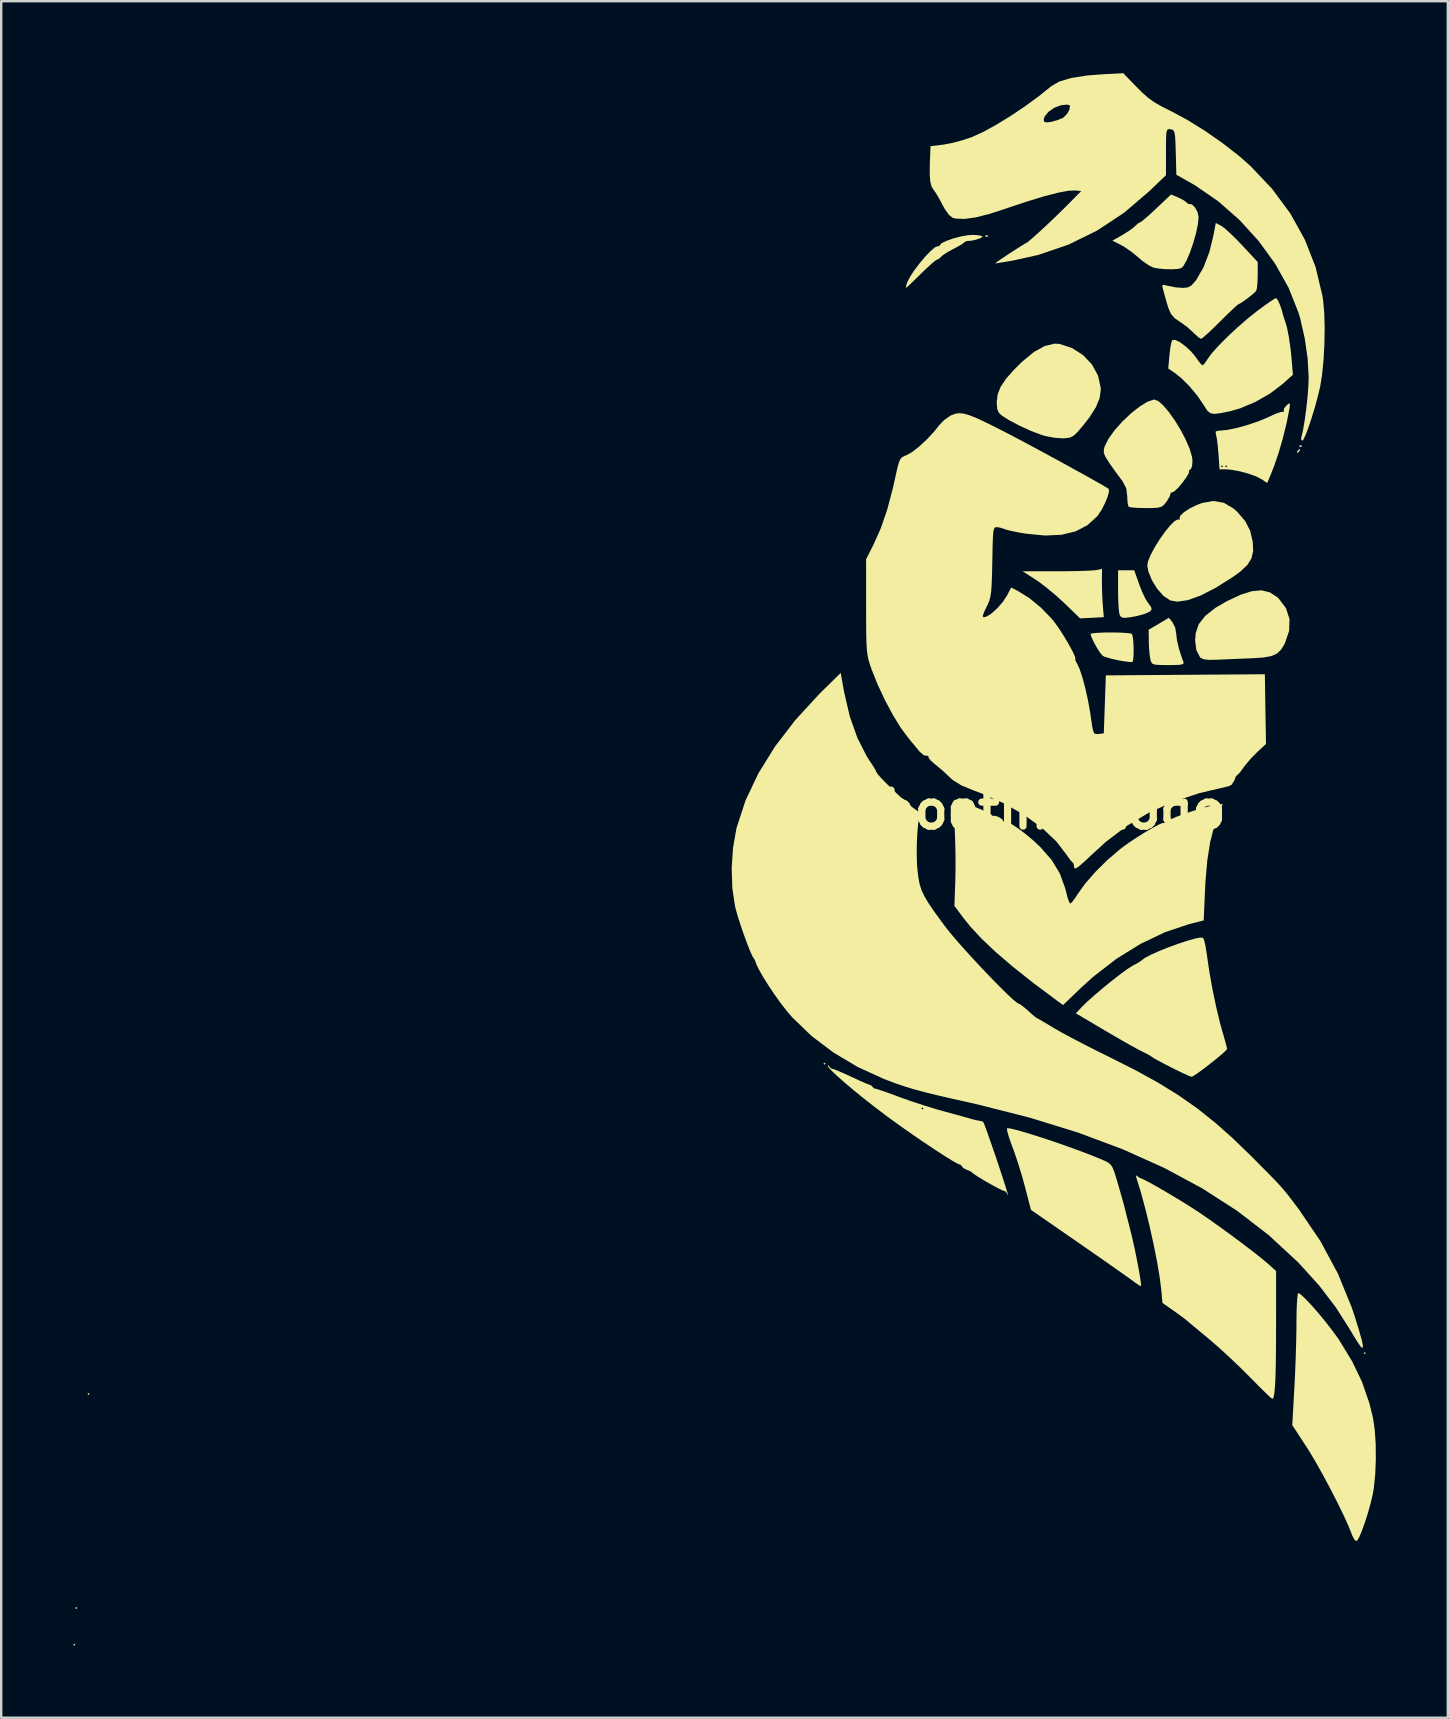
<source format=kicad_pcb>
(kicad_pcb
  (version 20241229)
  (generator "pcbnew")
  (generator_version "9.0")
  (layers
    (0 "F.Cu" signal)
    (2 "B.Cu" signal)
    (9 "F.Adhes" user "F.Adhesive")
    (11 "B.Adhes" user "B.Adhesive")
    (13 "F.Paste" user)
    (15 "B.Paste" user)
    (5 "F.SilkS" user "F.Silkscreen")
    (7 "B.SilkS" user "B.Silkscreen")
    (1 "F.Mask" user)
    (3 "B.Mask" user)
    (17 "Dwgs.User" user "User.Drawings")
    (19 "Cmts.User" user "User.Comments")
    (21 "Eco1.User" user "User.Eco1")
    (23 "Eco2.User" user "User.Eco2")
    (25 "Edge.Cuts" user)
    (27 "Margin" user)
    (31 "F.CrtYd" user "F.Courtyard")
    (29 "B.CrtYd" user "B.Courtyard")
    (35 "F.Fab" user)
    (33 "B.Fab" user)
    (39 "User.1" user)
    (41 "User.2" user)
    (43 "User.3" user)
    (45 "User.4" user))
  (footprint "boethia_logo"
    (layer "F.Cu")
    (at 40.861 30.693)
    (property "Reference" "boethia_logo" (at 0 0 0) (layer "F.SilkS") (effects (font (size 1.5 1.5) (thickness 0.3))))
    (attr board_only exclude_from_pos_files exclude_from_bom)
    (fp_poly (pts (xy -40.776 34.787) (xy -40.818 34.829) (xy -40.861 34.787) (xy -40.818 34.744)) (stroke (width 0) (type solid)) (fill yes) (layer "F.SilkS"))
    (fp_poly (pts (xy -40.691 33.258) (xy -40.733 33.3) (xy -40.776 33.258) (xy -40.733 33.215)) (stroke (width 0) (type solid)) (fill yes) (layer "F.SilkS"))
    (fp_poly (pts (xy -40.181 24.338) (xy -40.224 24.381) (xy -40.266 24.338) (xy -40.224 24.296)) (stroke (width 0) (type solid)) (fill yes) (layer "F.SilkS"))
    (fp_poly (pts (xy -9.514 10.576) (xy -9.557 10.619) (xy -9.599 10.576) (xy -9.557 10.534)) (stroke (width 0) (type solid)) (fill yes) (layer "F.SilkS"))
    (fp_poly (pts (xy 12.997 22.639) (xy 12.955 22.682) (xy 12.912 22.639) (xy 12.955 22.597)) (stroke (width 0) (type solid)) (fill yes) (layer "F.SilkS"))
    (fp_poly (pts (xy -2.747 -23.928) (xy -2.758 -23.877) (xy -2.803 -23.871) (xy -2.873 -23.902) (xy -2.86 -23.928) (xy -2.759 -23.938)) (stroke (width 0) (type solid)) (fill yes) (layer "F.SilkS"))
    (fp_poly (pts (xy 10.336 -15.178) (xy 10.324 -15.127) (xy 10.279 -15.121) (xy 10.209 -15.152) (xy 10.222 -15.178) (xy 10.323 -15.188)) (stroke (width 0) (type solid)) (fill yes) (layer "F.SilkS"))
    (fp_poly (pts (xy 10.252 -14.981) (xy 10.236 -14.951) (xy 10.156 -14.87) (xy 10.141 -14.866) (xy 10.136 -14.921) (xy 10.152 -14.951) (xy 10.232 -15.032) (xy 10.246 -15.036)) (stroke (width 0) (type solid)) (fill yes) (layer "F.SilkS"))
    (fp_poly (pts (xy 2.002 -9.543) (xy 2.007 -9.157) (xy 2.025 -8.732) (xy 2.039 -8.537) (xy 2.081 -8.028) (xy 1.588 -8.002) (xy 1.094 -7.976) (xy 0.441 -8.609) (xy 0.098 -8.922) (xy -0.274 -9.233) (xy -0.616 -9.494) (xy -0.756 -9.59) (xy -1.301 -9.939) (xy 0.104 -9.939) (xy 0.594 -9.942) (xy 1.042 -9.95) (xy 1.412 -9.963) (xy 1.669 -9.978) (xy 1.758 -9.989) (xy 2.008 -10.039)) (stroke (width 0) (type solid)) (fill yes) (layer "F.SilkS"))
    (fp_poly (pts (xy 3.558 -9.389) (xy 3.683 -9.072) (xy 3.812 -8.801) (xy 3.919 -8.634) (xy 3.922 -8.63) (xy 4.039 -8.468) (xy 4.078 -8.358) (xy 3.997 -8.258) (xy 3.772 -8.158) (xy 3.428 -8.067) (xy 3.166 -8.02) (xy 2.93 -7.996) (xy 2.804 -8.029) (xy 2.741 -8.123) (xy 2.713 -8.274) (xy 2.691 -8.549) (xy 2.678 -8.902) (xy 2.676 -9.132) (xy 2.676 -9.982) (xy 3.012 -9.982) (xy 3.349 -9.982)) (stroke (width 0) (type solid)) (fill yes) (layer "F.SilkS"))
    (fp_poly (pts (xy 4.945 -7.814) (xy 5.055 -7.592) (xy 5.097 -7.352) (xy 5.13 -7.065) (xy 5.218 -6.694) (xy 5.343 -6.309) (xy 5.393 -6.18) (xy 5.408 -6.107) (xy 5.358 -6.062) (xy 5.212 -6.04) (xy 4.941 -6.032) (xy 4.768 -6.031) (xy 4.428 -6.034) (xy 4.22 -6.049) (xy 4.108 -6.088) (xy 4.052 -6.162) (xy 4.023 -6.264) (xy 3.989 -6.478) (xy 3.965 -6.782) (xy 3.957 -6.999) (xy 3.95 -7.503) (xy 4.372 -7.752) (xy 4.793 -8.002)) (stroke (width 0) (type solid)) (fill yes) (layer "F.SilkS"))
    (fp_poly (pts (xy 2.734 -7.385) (xy 3.026 -7.368) (xy 3.212 -7.345) (xy 3.256 -7.327) (xy 3.292 -7.192) (xy 3.315 -6.961) (xy 3.325 -6.689) (xy 3.321 -6.428) (xy 3.302 -6.232) (xy 3.271 -6.155) (xy 3.147 -6.16) (xy 2.912 -6.191) (xy 2.676 -6.232) (xy 2.382 -6.298) (xy 2.145 -6.367) (xy 2.039 -6.414) (xy 1.937 -6.53) (xy 1.802 -6.739) (xy 1.667 -6.983) (xy 1.565 -7.201) (xy 1.529 -7.327) (xy 1.608 -7.354) (xy 1.821 -7.375) (xy 2.131 -7.388) (xy 2.374 -7.391)) (stroke (width 0) (type solid)) (fill yes) (layer "F.SilkS"))
    (fp_poly (pts (xy 9.004 -9.06) (xy 9.311 -8.857) (xy 9.372 -8.801) (xy 9.674 -8.4) (xy 9.819 -7.947) (xy 9.803 -7.455) (xy 9.626 -6.938) (xy 9.604 -6.894) (xy 9.46 -6.663) (xy 9.288 -6.504) (xy 9.052 -6.403) (xy 8.717 -6.345) (xy 8.248 -6.315) (xy 8.242 -6.314) (xy 7.793 -6.297) (xy 7.32 -6.277) (xy 6.908 -6.259) (xy 6.819 -6.255) (xy 6.471 -6.248) (xy 6.253 -6.271) (xy 6.123 -6.328) (xy 6.087 -6.363) (xy 5.937 -6.656) (xy 5.887 -7.057) (xy 5.911 -7.368) (xy 6.038 -7.735) (xy 6.309 -8.082) (xy 6.734 -8.417) (xy 7.198 -8.688) (xy 7.777 -8.96) (xy 8.257 -9.112) (xy 8.659 -9.145)) (stroke (width 0) (type solid)) (fill yes) (layer "F.SilkS"))
    (fp_poly (pts (xy 0.238 -19.412) (xy 0.764 -19.238) (xy 1.223 -18.943) (xy 1.59 -18.552) (xy 1.841 -18.094) (xy 1.951 -17.596) (xy 1.954 -17.499) (xy 1.905 -17.146) (xy 1.748 -16.767) (xy 1.472 -16.337) (xy 1.201 -15.992) (xy 0.982 -15.737) (xy 0.823 -15.587) (xy 0.676 -15.512) (xy 0.496 -15.485) (xy 0.371 -15.479) (xy 0.043 -15.501) (xy -0.33 -15.569) (xy -0.51 -15.62) (xy -0.955 -15.788) (xy -1.431 -16.006) (xy -1.87 -16.239) (xy -2.145 -16.412) (xy -2.288 -16.537) (xy -2.358 -16.69) (xy -2.378 -16.934) (xy -2.379 -17.006) (xy -2.341 -17.313) (xy -2.219 -17.622) (xy -1.997 -17.956) (xy -1.659 -18.339) (xy -1.32 -18.674) (xy -0.833 -19.075) (xy -0.379 -19.327) (xy 0.034 -19.425)) (stroke (width 0) (type solid)) (fill yes) (layer "F.SilkS"))
    (fp_poly (pts (xy 7.083 -12.793) (xy 7.49 -12.553) (xy 7.643 -12.415) (xy 7.977 -12.025) (xy 8.181 -11.624) (xy 8.287 -11.16) (xy 8.305 -10.786) (xy 8.235 -10.476) (xy 8.059 -10.198) (xy 7.758 -9.918) (xy 7.437 -9.687) (xy 6.729 -9.243) (xy 6.106 -8.925) (xy 5.575 -8.735) (xy 5.141 -8.674) (xy 4.85 -8.726) (xy 4.577 -8.906) (xy 4.311 -9.203) (xy 4.086 -9.565) (xy 3.935 -9.943) (xy 3.893 -10.172) (xy 3.927 -10.366) (xy 4.039 -10.634) (xy 4.207 -10.947) (xy 4.411 -11.273) (xy 4.629 -11.582) (xy 4.842 -11.843) (xy 5.027 -12.026) (xy 5.165 -12.1) (xy 5.202 -12.093) (xy 5.253 -12.091) (xy 5.236 -12.129) (xy 5.257 -12.24) (xy 5.404 -12.387) (xy 5.642 -12.547) (xy 5.939 -12.696) (xy 6.169 -12.784) (xy 6.648 -12.869)) (stroke (width 0) (type solid)) (fill yes) (layer "F.SilkS"))
    (fp_poly (pts (xy 5.178 -25.517) (xy 5.386 -25.413) (xy 5.518 -25.318) (xy 5.528 -25.305) (xy 5.613 -25.24) (xy 5.635 -25.244) (xy 5.753 -25.227) (xy 5.883 -25.096) (xy 5.988 -24.903) (xy 6.031 -24.698) (xy 6.031 -24.697) (xy 6.002 -24.396) (xy 5.924 -24.024) (xy 5.81 -23.622) (xy 5.676 -23.234) (xy 5.534 -22.9) (xy 5.4 -22.662) (xy 5.32 -22.577) (xy 5.166 -22.537) (xy 4.905 -22.522) (xy 4.599 -22.53) (xy 4.307 -22.561) (xy 4.136 -22.598) (xy 3.941 -22.696) (xy 3.693 -22.87) (xy 3.529 -23.009) (xy 3.25 -23.239) (xy 2.948 -23.448) (xy 2.8 -23.533) (xy 2.441 -23.716) (xy 2.86 -23.955) (xy 3.113 -24.112) (xy 3.315 -24.259) (xy 3.391 -24.33) (xy 3.514 -24.441) (xy 3.574 -24.466) (xy 3.662 -24.521) (xy 3.842 -24.669) (xy 4.084 -24.885) (xy 4.264 -25.053) (xy 4.883 -25.64)) (stroke (width 0) (type solid)) (fill yes) (layer "F.SilkS"))
    (fp_poly (pts (xy -3.154 -23.942) (xy -3.001 -23.907) (xy -2.973 -23.88) (xy -3.046 -23.824) (xy -3.219 -23.764) (xy -3.424 -23.716) (xy -3.593 -23.701) (xy -3.621 -23.705) (xy -3.716 -23.659) (xy -3.728 -23.645) (xy -3.828 -23.57) (xy -4.031 -23.452) (xy -4.205 -23.361) (xy -4.453 -23.225) (xy -4.637 -23.101) (xy -4.698 -23.043) (xy -4.809 -22.946) (xy -4.85 -22.936) (xy -4.943 -22.88) (xy -5.125 -22.728) (xy -5.365 -22.506) (xy -5.533 -22.342) (xy -5.789 -22.091) (xy -5.997 -21.892) (xy -6.131 -21.771) (xy -6.164 -21.747) (xy -6.162 -21.815) (xy -6.112 -21.971) (xy -5.996 -22.202) (xy -5.815 -22.479) (xy -5.595 -22.77) (xy -5.362 -23.047) (xy -5.141 -23.278) (xy -4.959 -23.434) (xy -4.84 -23.484) (xy -4.828 -23.48) (xy -4.76 -23.497) (xy -4.757 -23.52) (xy -4.681 -23.606) (xy -4.481 -23.705) (xy -4.202 -23.804) (xy -3.889 -23.888) (xy -3.585 -23.942) (xy -3.395 -23.956)) (stroke (width 0) (type solid)) (fill yes) (layer "F.SilkS"))
    (fp_poly (pts (xy 10.293 20.197) (xy 10.479 20.371) (xy 10.722 20.628) (xy 11 20.944) (xy 11.289 21.293) (xy 11.567 21.648) (xy 11.813 21.983) (xy 11.886 22.091) (xy 12.429 22.98) (xy 12.843 23.843) (xy 13.148 24.728) (xy 13.299 25.342) (xy 13.371 25.83) (xy 13.41 26.425) (xy 13.416 27.069) (xy 13.39 27.703) (xy 13.332 28.267) (xy 13.291 28.506) (xy 13.2 28.893) (xy 13.086 29.301) (xy 12.96 29.696) (xy 12.835 30.043) (xy 12.723 30.307) (xy 12.635 30.453) (xy 12.611 30.471) (xy 12.531 30.418) (xy 12.438 30.25) (xy 12.411 30.18) (xy 12.274 29.835) (xy 12.067 29.38) (xy 11.81 28.854) (xy 11.521 28.29) (xy 11.219 27.726) (xy 10.924 27.199) (xy 10.653 26.744) (xy 10.536 26.559) (xy 9.934 25.637) (xy 10.021 24.095) (xy 10.052 23.483) (xy 10.078 22.819) (xy 10.097 22.165) (xy 10.108 21.586) (xy 10.109 21.344) (xy 10.114 20.911) (xy 10.128 20.547) (xy 10.149 20.282) (xy 10.175 20.145) (xy 10.186 20.133)) (stroke (width 0) (type solid)) (fill yes) (layer "F.SilkS"))
    (fp_poly (pts (xy -1.823 13.277) (xy -1.565 13.338) (xy -1.2 13.441) (xy -0.755 13.578) (xy -0.257 13.74) (xy 0.269 13.919) (xy 0.795 14.106) (xy 1.296 14.291) (xy 1.746 14.467) (xy 2.043 14.592) (xy 2.221 14.674) (xy 2.344 14.759) (xy 2.435 14.882) (xy 2.517 15.08) (xy 2.613 15.39) (xy 2.662 15.557) (xy 2.767 15.919) (xy 2.856 16.234) (xy 2.918 16.457) (xy 2.935 16.523) (xy 2.973 16.676) (xy 3.042 16.949) (xy 3.131 17.294) (xy 3.183 17.496) (xy 3.271 17.857) (xy 3.362 18.266) (xy 3.449 18.688) (xy 3.526 19.09) (xy 3.587 19.437) (xy 3.624 19.697) (xy 3.633 19.834) (xy 3.629 19.846) (xy 3.554 19.815) (xy 3.399 19.708) (xy 3.353 19.673) (xy 3.219 19.575) (xy 2.966 19.394) (xy 2.613 19.146) (xy 2.182 18.843) (xy 1.692 18.502) (xy 1.165 18.136) (xy 1.073 18.072) (xy -0.955 16.667) (xy -1.197 15.729) (xy -1.33 15.248) (xy -1.49 14.73) (xy -1.649 14.256) (xy -1.728 14.043) (xy -1.846 13.718) (xy -1.926 13.458) (xy -1.957 13.3) (xy -1.949 13.268)) (stroke (width 0) (type solid)) (fill yes) (layer "F.SilkS"))
    (fp_poly (pts (xy 6.974 -24.334) (xy 7.123 -24.225) (xy 7.352 -24.02) (xy 7.626 -23.752) (xy 7.848 -23.52) (xy 8.495 -22.823) (xy 8.494 -22.264) (xy 8.484 -21.964) (xy 8.46 -21.73) (xy 8.43 -21.619) (xy 8.328 -21.519) (xy 8.151 -21.375) (xy 7.951 -21.226) (xy 7.781 -21.11) (xy 7.694 -21.068) (xy 7.619 -21.011) (xy 7.45 -20.857) (xy 7.212 -20.628) (xy 6.929 -20.349) (xy 6.926 -20.345) (xy 6.641 -20.065) (xy 6.397 -19.836) (xy 6.219 -19.681) (xy 6.134 -19.623) (xy 6.134 -19.623) (xy 6.036 -19.68) (xy 5.876 -19.821) (xy 5.814 -19.884) (xy 5.569 -20.106) (xy 5.299 -20.305) (xy 5.267 -20.326) (xy 5.035 -20.485) (xy 4.884 -20.657) (xy 4.775 -20.897) (xy 4.697 -21.153) (xy 4.621 -21.428) (xy 4.555 -21.664) (xy 4.539 -21.722) (xy 4.516 -21.844) (xy 4.574 -21.875) (xy 4.75 -21.834) (xy 4.77 -21.829) (xy 5.061 -21.771) (xy 5.367 -21.747) (xy 5.372 -21.747) (xy 5.582 -21.767) (xy 5.739 -21.853) (xy 5.903 -22.041) (xy 5.943 -22.096) (xy 6.234 -22.601) (xy 6.476 -23.231) (xy 6.644 -23.91) (xy 6.747 -24.451)) (stroke (width 0) (type solid)) (fill yes) (layer "F.SilkS"))
    (fp_poly (pts (xy 4.343 -17.038) (xy 4.557 -16.852) (xy 4.798 -16.567) (xy 5.048 -16.214) (xy 5.287 -15.822) (xy 5.497 -15.42) (xy 5.66 -15.039) (xy 5.757 -14.707) (xy 5.777 -14.534) (xy 5.757 -14.318) (xy 5.708 -14.197) (xy 5.687 -14.187) (xy 5.63 -14.14) (xy 5.639 -14.118) (xy 5.616 -14.015) (xy 5.509 -13.836) (xy 5.352 -13.623) (xy 5.182 -13.422) (xy 5.031 -13.277) (xy 4.939 -13.231) (xy 4.863 -13.204) (xy 4.863 -13.177) (xy 4.831 -13.067) (xy 4.725 -12.886) (xy 4.691 -12.838) (xy 4.585 -12.704) (xy 4.478 -12.625) (xy 4.325 -12.587) (xy 4.078 -12.574) (xy 3.834 -12.573) (xy 3.514 -12.579) (xy 3.262 -12.597) (xy 3.125 -12.623) (xy 3.115 -12.629) (xy 3.08 -12.742) (xy 3.06 -12.959) (xy 3.058 -13.063) (xy 3.016 -13.395) (xy 2.866 -13.685) (xy 2.818 -13.75) (xy 2.626 -14.007) (xy 2.407 -14.314) (xy 2.302 -14.465) (xy 2.148 -14.709) (xy 2.081 -14.877) (xy 2.086 -15.03) (xy 2.119 -15.145) (xy 2.275 -15.46) (xy 2.53 -15.814) (xy 2.852 -16.176) (xy 3.21 -16.515) (xy 3.571 -16.802) (xy 3.904 -17.005) (xy 4.174 -17.096)) (stroke (width 0) (type solid)) (fill yes) (layer "F.SilkS"))
    (fp_poly (pts (xy 9.326 -21.249) (xy 9.413 -21.064) (xy 9.499 -20.82) (xy 9.552 -20.617) (xy 9.603 -20.448) (xy 9.627 -20.388) (xy 9.711 -20.11) (xy 9.792 -19.706) (xy 9.862 -19.221) (xy 9.904 -18.808) (xy 9.961 -18.129) (xy 9.531 -17.743) (xy 9.007 -17.345) (xy 8.395 -16.995) (xy 7.76 -16.727) (xy 7.328 -16.605) (xy 6.949 -16.529) (xy 6.697 -16.498) (xy 6.531 -16.523) (xy 6.413 -16.611) (xy 6.302 -16.771) (xy 6.26 -16.841) (xy 5.988 -17.243) (xy 5.653 -17.645) (xy 5.304 -17.993) (xy 5.066 -18.184) (xy 4.767 -18.388) (xy 4.816 -18.942) (xy 4.851 -19.239) (xy 4.895 -19.468) (xy 4.935 -19.573) (xy 5.048 -19.583) (xy 5.237 -19.494) (xy 5.464 -19.332) (xy 5.693 -19.125) (xy 5.885 -18.901) (xy 5.915 -18.858) (xy 6.056 -18.66) (xy 6.164 -18.538) (xy 6.194 -18.519) (xy 6.27 -18.585) (xy 6.384 -18.747) (xy 6.405 -18.782) (xy 6.585 -19.027) (xy 6.871 -19.347) (xy 7.233 -19.711) (xy 7.641 -20.092) (xy 8.066 -20.461) (xy 8.478 -20.79) (xy 8.48 -20.791) (xy 8.78 -21.012) (xy 9.031 -21.188) (xy 9.202 -21.297) (xy 9.258 -21.322)) (stroke (width 0) (type solid)) (fill yes) (layer "F.SilkS"))
    (fp_poly (pts (xy 9.839 -16.914) (xy 9.824 -16.761) (xy 9.809 -16.674) (xy 9.696 -16.106) (xy 9.541 -15.48) (xy 9.364 -14.868) (xy 9.184 -14.342) (xy 9.157 -14.272) (xy 9.039 -13.975) (xy 8.946 -13.749) (xy 8.896 -13.631) (xy 8.891 -13.623) (xy 8.822 -13.66) (xy 8.673 -13.764) (xy 8.665 -13.769) (xy 8.435 -13.89) (xy 8.1 -14.01) (xy 7.721 -14.11) (xy 7.364 -14.173) (xy 7.173 -14.187) (xy 6.905 -14.187) (xy 6.896 -14.314) (xy 6.966 -14.314) (xy 7.008 -14.272) (xy 7.051 -14.314) (xy 7.136 -14.314) (xy 7.178 -14.272) (xy 7.221 -14.314) (xy 7.178 -14.357) (xy 7.136 -14.314) (xy 7.051 -14.314) (xy 7.008 -14.357) (xy 6.966 -14.314) (xy 6.896 -14.314) (xy 6.858 -14.845) (xy 6.828 -15.181) (xy 6.792 -15.463) (xy 6.757 -15.638) (xy 6.752 -15.652) (xy 6.74 -15.758) (xy 6.846 -15.797) (xy 6.943 -15.801) (xy 7.254 -15.834) (xy 7.664 -15.922) (xy 8.119 -16.051) (xy 8.565 -16.205) (xy 8.947 -16.367) (xy 8.985 -16.386) (xy 9.251 -16.507) (xy 9.458 -16.578) (xy 9.56 -16.583) (xy 9.591 -16.58) (xy 9.575 -16.614) (xy 9.593 -16.73) (xy 9.693 -16.85) (xy 9.801 -16.935)) (stroke (width 0) (type solid)) (fill yes) (layer "F.SilkS"))
    (fp_poly (pts (xy 3.454 15.248) (xy 3.592 15.343) (xy 3.624 15.352) (xy 3.751 15.406) (xy 3.992 15.532) (xy 4.316 15.714) (xy 4.693 15.933) (xy 5.094 16.172) (xy 5.488 16.413) (xy 5.845 16.639) (xy 6.031 16.761) (xy 6.442 17.043) (xy 6.904 17.371) (xy 7.388 17.722) (xy 7.861 18.074) (xy 8.291 18.402) (xy 8.648 18.683) (xy 8.899 18.893) (xy 8.915 18.907) (xy 9.26 19.218) (xy 9.259 21.566) (xy 9.256 22.411) (xy 9.248 23.098) (xy 9.234 23.637) (xy 9.214 24.04) (xy 9.187 24.318) (xy 9.153 24.482) (xy 9.11 24.543) (xy 9.1 24.544) (xy 9.025 24.484) (xy 8.854 24.323) (xy 8.609 24.083) (xy 8.312 23.784) (xy 8.155 23.624) (xy 7.754 23.225) (xy 7.306 22.8) (xy 6.865 22.397) (xy 6.483 22.066) (xy 6.457 22.045) (xy 6.138 21.78) (xy 5.86 21.549) (xy 5.655 21.377) (xy 5.551 21.288) (xy 5.55 21.287) (xy 5.431 21.192) (xy 5.22 21.036) (xy 4.987 20.87) (xy 4.526 20.545) (xy 4.471 19.959) (xy 4.405 19.442) (xy 4.297 18.806) (xy 4.155 18.095) (xy 3.99 17.353) (xy 3.811 16.622) (xy 3.628 15.946) (xy 3.451 15.368) (xy 3.439 15.333) (xy 3.42 15.233)) (stroke (width 0) (type solid)) (fill yes) (layer "F.SilkS"))
    (fp_poly (pts (xy 6.219 5.335) (xy 6.268 5.454) (xy 6.323 5.694) (xy 6.372 6.004) (xy 6.377 6.042) (xy 6.477 6.734) (xy 6.611 7.483) (xy 6.765 8.222) (xy 6.926 8.889) (xy 7.005 9.175) (xy 7.1 9.504) (xy 7.174 9.771) (xy 7.214 9.933) (xy 7.219 9.96) (xy 7.157 10.039) (xy 6.991 10.191) (xy 6.755 10.388) (xy 6.484 10.604) (xy 6.212 10.812) (xy 5.973 10.986) (xy 5.801 11.097) (xy 5.736 11.124) (xy 5.628 11.086) (xy 5.405 10.986) (xy 5.105 10.842) (xy 4.885 10.731) (xy 4.559 10.563) (xy 4.293 10.42) (xy 4.122 10.321) (xy 4.078 10.289) (xy 3.98 10.224) (xy 3.786 10.122) (xy 3.695 10.079) (xy 3.506 9.982) (xy 3.205 9.817) (xy 2.825 9.602) (xy 2.401 9.356) (xy 2.136 9.201) (xy 0.917 8.48) (xy 1.159 8.221) (xy 1.385 7.999) (xy 1.694 7.723) (xy 2.053 7.419) (xy 2.425 7.117) (xy 2.777 6.843) (xy 3.074 6.627) (xy 3.282 6.496) (xy 3.287 6.493) (xy 3.497 6.38) (xy 3.633 6.294) (xy 3.653 6.276) (xy 3.792 6.171) (xy 4.046 6.037) (xy 4.382 5.887) (xy 4.765 5.733) (xy 5.163 5.587) (xy 5.541 5.462) (xy 5.865 5.37) (xy 6.102 5.323)) (stroke (width 0) (type solid)) (fill yes) (layer "F.SilkS"))
    (fp_poly (pts (xy -9.373 10.682) (xy -9.277 10.781) (xy -9.24 10.789) (xy -9.128 10.823) (xy -8.903 10.915) (xy -8.602 11.049) (xy -8.432 11.128) (xy -8.111 11.277) (xy -7.846 11.392) (xy -7.676 11.459) (xy -7.637 11.468) (xy -7.562 11.527) (xy -7.561 11.539) (xy -7.493 11.608) (xy -7.454 11.615) (xy -7.336 11.646) (xy -7.096 11.726) (xy -6.771 11.842) (xy -6.456 11.96) (xy -5.986 12.128) (xy -5.431 12.311) (xy -4.875 12.481) (xy -4.545 12.574) (xy -4.143 12.683) (xy -3.793 12.779) (xy -3.534 12.852) (xy -3.4 12.891) (xy -3.398 12.892) (xy -3.198 12.941) (xy -3.122 12.952) (xy -2.98 12.984) (xy -2.944 13.004) (xy -2.899 13.104) (xy -2.814 13.33) (xy -2.699 13.652) (xy -2.564 14.039) (xy -2.419 14.462) (xy -2.276 14.889) (xy -2.144 15.29) (xy -2.033 15.634) (xy -1.954 15.891) (xy -1.917 16.031) (xy -1.917 16.047) (xy -1.951 16.019) (xy -1.954 15.985) (xy -2.02 15.892) (xy -2.055 15.886) (xy -2.168 15.845) (xy -2.38 15.738) (xy -2.648 15.592) (xy -2.928 15.43) (xy -3.176 15.279) (xy -3.348 15.163) (xy -3.398 15.118) (xy -3.505 15.049) (xy -3.632 14.999) (xy -3.78 14.924) (xy -3.823 14.86) (xy -3.889 14.785) (xy -3.919 14.781) (xy -4.032 14.734) (xy -4.261 14.603) (xy -4.584 14.402) (xy -4.976 14.147) (xy -5.417 13.853) (xy -5.882 13.534) (xy -6.351 13.205) (xy -6.8 12.882) (xy -6.966 12.76) (xy -7.382 12.445) (xy -5.522 12.445) (xy -5.479 12.488) (xy -5.437 12.445) (xy -5.479 12.403) (xy -5.522 12.445) (xy -7.382 12.445) (xy -7.436 12.405) (xy -7.898 12.043) (xy -8.332 11.69) (xy -8.719 11.364) (xy -9.04 11.081) (xy -9.274 10.857) (xy -9.404 10.71) (xy -9.423 10.666) (xy -9.394 10.643)) (stroke (width 0) (type solid)) (fill yes) (layer "F.SilkS"))
    (fp_poly (pts (xy -4.012 -0.394) (xy -3.782 -0.314) (xy -3.491 -0.203) (xy -3.185 -0.079) (xy -2.909 0.041) (xy -2.707 0.137) (xy -2.624 0.19) (xy -2.551 0.252) (xy -2.539 0.25) (xy -2.421 0.253) (xy -2.261 0.318) (xy -2.142 0.406) (xy -2.124 0.445) (xy -2.091 0.499) (xy -2.073 0.487) (xy -1.966 0.493) (xy -1.764 0.594) (xy -1.493 0.771) (xy -1.183 1.003) (xy -0.862 1.272) (xy -0.572 1.543) (xy -0.092 2.089) (xy 0.248 2.65) (xy 0.475 3.273) (xy 0.522 3.462) (xy 0.588 3.709) (xy 0.652 3.871) (xy 0.686 3.908) (xy 0.762 3.841) (xy 0.891 3.669) (xy 1.003 3.496) (xy 1.316 3.06) (xy 1.736 2.581) (xy 2.222 2.1) (xy 2.736 1.659) (xy 2.846 1.573) (xy 3.131 1.367) (xy 3.454 1.152) (xy 3.784 0.945) (xy 4.092 0.764) (xy 4.349 0.626) (xy 4.524 0.55) (xy 4.587 0.55) (xy 4.636 0.547) (xy 4.708 0.486) (xy 4.845 0.405) (xy 5.104 0.294) (xy 5.442 0.167) (xy 5.818 0.04) (xy 6.19 -0.074) (xy 6.514 -0.16) (xy 6.732 -0.203) (xy 7.036 -0.24) (xy 6.904 0.071) (xy 6.681 0.684) (xy 6.513 1.35) (xy 6.394 2.102) (xy 6.318 2.975) (xy 6.299 3.344) (xy 6.244 4.607) (xy 5.649 4.759) (xy 4.637 5.096) (xy 3.615 5.583) (xy 2.611 6.205) (xy 1.649 6.948) (xy 1.163 7.388) (xy 0.382 8.135) (xy 0.127 7.949) (xy -0.857 7.213) (xy -1.7 6.545) (xy -2.412 5.936) (xy -3.004 5.377) (xy -3.485 4.858) (xy -3.784 4.485) (xy -4.143 4) (xy -4.105 2.913) (xy -4.096 2.366) (xy -4.1 1.737) (xy -4.117 1.114) (xy -4.137 0.701) (xy -4.158 0.286) (xy -4.166 -0.059) (xy -4.162 -0.305) (xy -4.145 -0.42) (xy -4.139 -0.425)) (stroke (width 0) (type solid)) (fill yes) (layer "F.SilkS"))
    (fp_poly (pts (xy -8.74 -4.912) (xy -8.506 -3.903) (xy -8.187 -2.999) (xy -7.793 -2.223) (xy -7.651 -2.005) (xy -7.506 -1.783) (xy -7.411 -1.62) (xy -7.391 -1.567) (xy -7.332 -1.476) (xy -7.174 -1.3) (xy -6.946 -1.068) (xy -6.677 -0.806) (xy -6.396 -0.541) (xy -6.132 -0.303) (xy -5.913 -0.117) (xy -5.768 -0.012) (xy -5.758 -0.007) (xy -5.608 0.092) (xy -5.564 0.169) (xy -5.565 0.171) (xy -5.616 0.338) (xy -5.659 0.634) (xy -5.691 1.017) (xy -5.71 1.448) (xy -5.714 1.884) (xy -5.701 2.285) (xy -5.686 2.473) (xy -5.647 2.807) (xy -5.595 3.085) (xy -5.517 3.339) (xy -5.397 3.597) (xy -5.222 3.891) (xy -4.976 4.25) (xy -4.645 4.705) (xy -4.532 4.857) (xy -4.323 5.123) (xy -4.043 5.453) (xy -3.711 5.828) (xy -3.346 6.229) (xy -2.967 6.634) (xy -2.593 7.026) (xy -2.243 7.382) (xy -1.937 7.684) (xy -1.692 7.911) (xy -1.528 8.044) (xy -1.474 8.071) (xy -1.375 8.124) (xy -1.201 8.26) (xy -1.078 8.368) (xy -0.891 8.536) (xy -0.763 8.643) (xy -0.731 8.665) (xy -0.653 8.706) (xy -0.462 8.816) (xy -0.191 8.977) (xy 0.008 9.097) (xy 0.311 9.271) (xy 0.731 9.497) (xy 1.228 9.757) (xy 1.765 10.031) (xy 2.305 10.298) (xy 2.336 10.313) (xy 3.409 10.854) (xy 4.352 11.373) (xy 5.196 11.895) (xy 5.976 12.441) (xy 6.724 13.037) (xy 7.474 13.703) (xy 8.235 14.441) (xy 8.656 14.865) (xy 8.981 15.193) (xy 9.23 15.45) (xy 9.428 15.661) (xy 9.594 15.853) (xy 9.754 16.048) (xy 9.927 16.274) (xy 10.138 16.553) (xy 10.223 16.667) (xy 11.11 17.976) (xy 11.837 19.327) (xy 12.413 20.737) (xy 12.552 21.154) (xy 12.72 21.703) (xy 12.83 22.095) (xy 12.878 22.335) (xy 12.866 22.426) (xy 12.79 22.371) (xy 12.652 22.175) (xy 12.448 21.841) (xy 12.38 21.724) (xy 11.756 20.741) (xy 11.059 19.827) (xy 10.245 18.927) (xy 10.145 18.824) (xy 8.955 17.724) (xy 7.637 16.709) (xy 6.186 15.775) (xy 4.601 14.922) (xy 2.876 14.147) (xy 1.008 13.449) (xy -1.006 12.827) (xy -3.17 12.277) (xy -3.535 12.195) (xy -4.285 12.027) (xy -4.897 11.885) (xy -5.402 11.76) (xy -5.828 11.644) (xy -6.206 11.53) (xy -6.563 11.409) (xy -6.931 11.273) (xy -7.081 11.214) (xy -8.167 10.718) (xy -9.184 10.113) (xy -10.102 9.419) (xy -10.893 8.655) (xy -11.119 8.393) (xy -11.369 8.073) (xy -11.634 7.703) (xy -11.892 7.318) (xy -12.121 6.952) (xy -12.298 6.641) (xy -12.403 6.419) (xy -12.417 6.371) (xy -12.472 6.231) (xy -12.497 6.201) (xy -12.566 6.088) (xy -12.671 5.85) (xy -12.799 5.524) (xy -12.936 5.146) (xy -13.069 4.755) (xy -13.185 4.387) (xy -13.27 4.08) (xy -13.285 4.018) (xy -13.397 3.264) (xy -13.424 2.43) (xy -13.368 1.583) (xy -13.229 0.789) (xy -13.214 0.731) (xy -12.846 -0.392) (xy -12.313 -1.517) (xy -11.619 -2.637) (xy -10.768 -3.745) (xy -9.765 -4.836) (xy -9.645 -4.955) (xy -8.882 -5.704)) (stroke (width 0) (type solid)) (fill yes) (layer "F.SilkS"))
    (fp_poly (pts (xy 3.336 -30.233) (xy 3.663 -29.904) (xy 3.933 -29.664) (xy 4.201 -29.473) (xy 4.522 -29.291) (xy 4.888 -29.109) (xy 5.567 -28.745) (xy 6.301 -28.288) (xy 7.034 -27.777) (xy 7.713 -27.249) (xy 8.183 -26.835) (xy 9.096 -25.872) (xy 9.855 -24.844) (xy 10.459 -23.757) (xy 10.905 -22.617) (xy 11.189 -21.427) (xy 11.217 -21.245) (xy 11.266 -20.73) (xy 11.284 -20.105) (xy 11.274 -19.425) (xy 11.237 -18.746) (xy 11.176 -18.122) (xy 11.092 -17.609) (xy 11.086 -17.585) (xy 10.986 -17.172) (xy 10.866 -16.739) (xy 10.738 -16.318) (xy 10.611 -15.941) (xy 10.497 -15.637) (xy 10.406 -15.439) (xy 10.351 -15.376) (xy 10.302 -15.441) (xy 10.313 -15.525) (xy 10.381 -15.812) (xy 10.45 -16.219) (xy 10.515 -16.693) (xy 10.569 -17.185) (xy 10.605 -17.644) (xy 10.618 -18.009) (xy 10.575 -18.801) (xy 10.453 -19.649) (xy 10.267 -20.467) (xy 10.189 -20.728) (xy 9.782 -21.749) (xy 9.226 -22.746) (xy 8.539 -23.694) (xy 7.742 -24.571) (xy 6.855 -25.351) (xy 5.898 -26.011) (xy 5.694 -26.129) (xy 5.105 -26.462) (xy 5.08 -27.396) (xy 5.067 -27.805) (xy 5.05 -28.075) (xy 5.023 -28.235) (xy 4.978 -28.317) (xy 4.909 -28.35) (xy 4.863 -28.358) (xy 4.781 -28.364) (xy 4.727 -28.334) (xy 4.694 -28.241) (xy 4.678 -28.057) (xy 4.673 -27.753) (xy 4.672 -27.414) (xy 4.672 -26.443) (xy 3.971 -25.771) (xy 2.924 -24.877) (xy 1.805 -24.138) (xy 0.614 -23.552) (xy -0.649 -23.121) (xy -1.667 -22.895) (xy -2 -22.837) (xy -2.265 -22.793) (xy -2.42 -22.769) (xy -2.443 -22.767) (xy -2.396 -22.809) (xy -2.235 -22.923) (xy -1.99 -23.089) (xy -1.835 -23.191) (xy -1.546 -23.378) (xy -1.316 -23.522) (xy -1.178 -23.605) (xy -1.153 -23.616) (xy -1.072 -23.671) (xy -0.894 -23.822) (xy -0.645 -24.044) (xy -0.351 -24.315) (xy -0.037 -24.611) (xy 0.271 -24.908) (xy 0.548 -25.183) (xy 0.549 -25.184) (xy 1.141 -25.782) (xy 0.879 -25.808) (xy 0.599 -25.794) (xy 0.176 -25.714) (xy -0.379 -25.571) (xy -1.052 -25.368) (xy -1.833 -25.108) (xy -1.966 -25.062) (xy -2.675 -24.832) (xy -3.252 -24.686) (xy -3.713 -24.621) (xy -4.073 -24.633) (xy -4.217 -24.668) (xy -4.363 -24.781) (xy -4.534 -25.015) (xy -4.642 -25.209) (xy -4.786 -25.482) (xy -4.916 -25.702) (xy -4.991 -25.807) (xy -5.088 -25.953) (xy -5.146 -26.159) (xy -5.171 -26.459) (xy -5.168 -26.888) (xy -5.165 -26.972) (xy -5.139 -27.651) (xy -4.598 -27.718) (xy -4.241 -27.785) (xy -3.819 -27.897) (xy -3.419 -28.03) (xy -3.405 -28.036) (xy -2.945 -28.245) (xy -2.398 -28.545) (xy -2.065 -28.75) (xy -0.425 -28.75) (xy -0.396 -28.662) (xy -0.281 -28.643) (xy -0.106 -28.667) (xy 0.159 -28.739) (xy 0.381 -28.834) (xy 0.397 -28.844) (xy 0.546 -28.989) (xy 0.647 -29.17) (xy 0.67 -29.325) (xy 0.649 -29.367) (xy 0.543 -29.383) (xy 0.341 -29.363) (xy 0.292 -29.355) (xy 0.017 -29.254) (xy -0.225 -29.084) (xy -0.387 -28.885) (xy -0.425 -28.75) (xy -2.065 -28.75) (xy -1.799 -28.913) (xy -1.187 -29.324) (xy -0.599 -29.755) (xy -0.101 -30.156) (xy 0.23 -30.347) (xy 0.722 -30.494) (xy 1.372 -30.596) (xy 1.935 -30.641) (xy 2.893 -30.693)) (stroke (width 0) (type solid)) (fill yes) (layer "F.SilkS"))
    (fp_poly (pts (xy -3.775 -16.512) (xy -3.541 -16.449) (xy -3.239 -16.33) (xy -2.847 -16.148) (xy -2.342 -15.897) (xy -1.911 -15.676) (xy -1.541 -15.482) (xy -1.1 -15.248) (xy -0.611 -14.985) (xy -0.097 -14.707) (xy 0.419 -14.425) (xy 0.915 -14.152) (xy 1.367 -13.902) (xy 1.753 -13.686) (xy 2.05 -13.516) (xy 2.235 -13.406) (xy 2.284 -13.373) (xy 2.297 -13.258) (xy 2.24 -13.044) (xy 2.132 -12.779) (xy 1.994 -12.508) (xy 1.843 -12.278) (xy 1.807 -12.233) (xy 1.4 -11.86) (xy 0.909 -11.603) (xy 0.324 -11.46) (xy -0.367 -11.429) (xy -1.174 -11.507) (xy -1.529 -11.568) (xy -1.801 -11.626) (xy -2.006 -11.679) (xy -2.078 -11.706) (xy -2.223 -11.754) (xy -2.348 -11.775) (xy -2.417 -11.778) (xy -2.467 -11.754) (xy -2.502 -11.681) (xy -2.526 -11.534) (xy -2.542 -11.29) (xy -2.553 -10.927) (xy -2.563 -10.421) (xy -2.564 -10.336) (xy -2.576 -9.793) (xy -2.591 -9.388) (xy -2.613 -9.092) (xy -2.646 -8.875) (xy -2.692 -8.704) (xy -2.757 -8.551) (xy -2.782 -8.5) (xy -2.914 -8.225) (xy -2.963 -8.073) (xy -2.93 -8.021) (xy -2.825 -8.043) (xy -2.607 -8.173) (xy -2.355 -8.401) (xy -2.116 -8.677) (xy -1.944 -8.942) (xy -1.779 -9.262) (xy -1.506 -9.123) (xy -1.023 -8.823) (xy -0.532 -8.42) (xy -0.093 -7.965) (xy 0.053 -7.783) (xy 0.236 -7.524) (xy 0.426 -7.225) (xy 0.607 -6.921) (xy 0.759 -6.644) (xy 0.863 -6.427) (xy 0.902 -6.303) (xy 0.891 -6.286) (xy 0.896 -6.226) (xy 0.967 -6.095) (xy 1.076 -5.861) (xy 1.195 -5.499) (xy 1.315 -5.048) (xy 1.425 -4.549) (xy 1.516 -4.04) (xy 1.539 -3.882) (xy 1.59 -3.526) (xy 1.632 -3.308) (xy 1.681 -3.195) (xy 1.751 -3.156) (xy 1.854 -3.159) (xy 1.861 -3.16) (xy 2.081 -3.186) (xy 2.124 -4.394) (xy 2.166 -5.602) (xy 5.479 -5.626) (xy 8.792 -5.649) (xy 8.815 -4.196) (xy 8.839 -2.744) (xy 8.476 -2.408) (xy 8.227 -2.156) (xy 7.996 -1.887) (xy 7.9 -1.759) (xy 7.761 -1.569) (xy 7.657 -1.458) (xy 7.633 -1.445) (xy 7.575 -1.373) (xy 7.526 -1.233) (xy 7.408 -1.045) (xy 7.283 -0.984) (xy 6.053 -0.693) (xy 4.955 -0.33) (xy 3.961 0.118) (xy 3.045 0.666) (xy 2.178 1.326) (xy 1.593 1.856) (xy 1.272 2.159) (xy 1.052 2.35) (xy 0.919 2.439) (xy 0.858 2.436) (xy 0.849 2.398) (xy 0.822 2.243) (xy 0.784 2.195) (xy 0.699 2.11) (xy 0.575 1.937) (xy 0.55 1.898) (xy 0.099 1.313) (xy -0.5 0.749) (xy -1.225 0.22) (xy -2.055 -0.257) (xy -2.968 -0.668) (xy -3.356 -0.812) (xy -3.848 -1.015) (xy -4.203 -1.235) (xy -4.335 -1.353) (xy -4.593 -1.597) (xy -4.874 -1.835) (xy -4.952 -1.895) (xy -5.13 -2.051) (xy -5.221 -2.175) (xy -5.222 -2.213) (xy -5.238 -2.258) (xy -5.293 -2.246) (xy -5.424 -2.278) (xy -5.596 -2.428) (xy -5.641 -2.48) (xy -5.836 -2.719) (xy -6.022 -2.942) (xy -6.048 -2.973) (xy -6.364 -3.397) (xy -6.7 -3.941) (xy -7.032 -4.56) (xy -7.338 -5.211) (xy -7.593 -5.847) (xy -7.595 -5.854) (xy -7.667 -6.06) (xy -7.722 -6.244) (xy -7.762 -6.432) (xy -7.79 -6.652) (xy -7.807 -6.93) (xy -7.817 -7.295) (xy -7.821 -7.772) (xy -7.822 -8.389) (xy -7.822 -8.461) (xy -7.823 -10.439) (xy -7.521 -11.037) (xy -7.212 -11.729) (xy -6.946 -12.5) (xy -6.711 -13.387) (xy -6.625 -13.77) (xy -6.539 -14.167) (xy -6.472 -14.43) (xy -6.408 -14.592) (xy -6.331 -14.686) (xy -6.226 -14.744) (xy -6.136 -14.778) (xy -5.907 -14.907) (xy -5.615 -15.135) (xy -5.3 -15.426) (xy -5.002 -15.743) (xy -4.779 -16.024) (xy -4.57 -16.242) (xy -4.31 -16.422) (xy -4.279 -16.437) (xy -4.122 -16.499) (xy -3.961 -16.527)) (stroke (width 0) (type solid)) (fill yes) (layer "F.SilkS")))
  (gr_rect
    (start -3 -3)
    (end 57.277 68.523)
    (stroke (width 0.1) (type default))
    (fill no)
    (layer "Edge.Cuts")))
</source>
